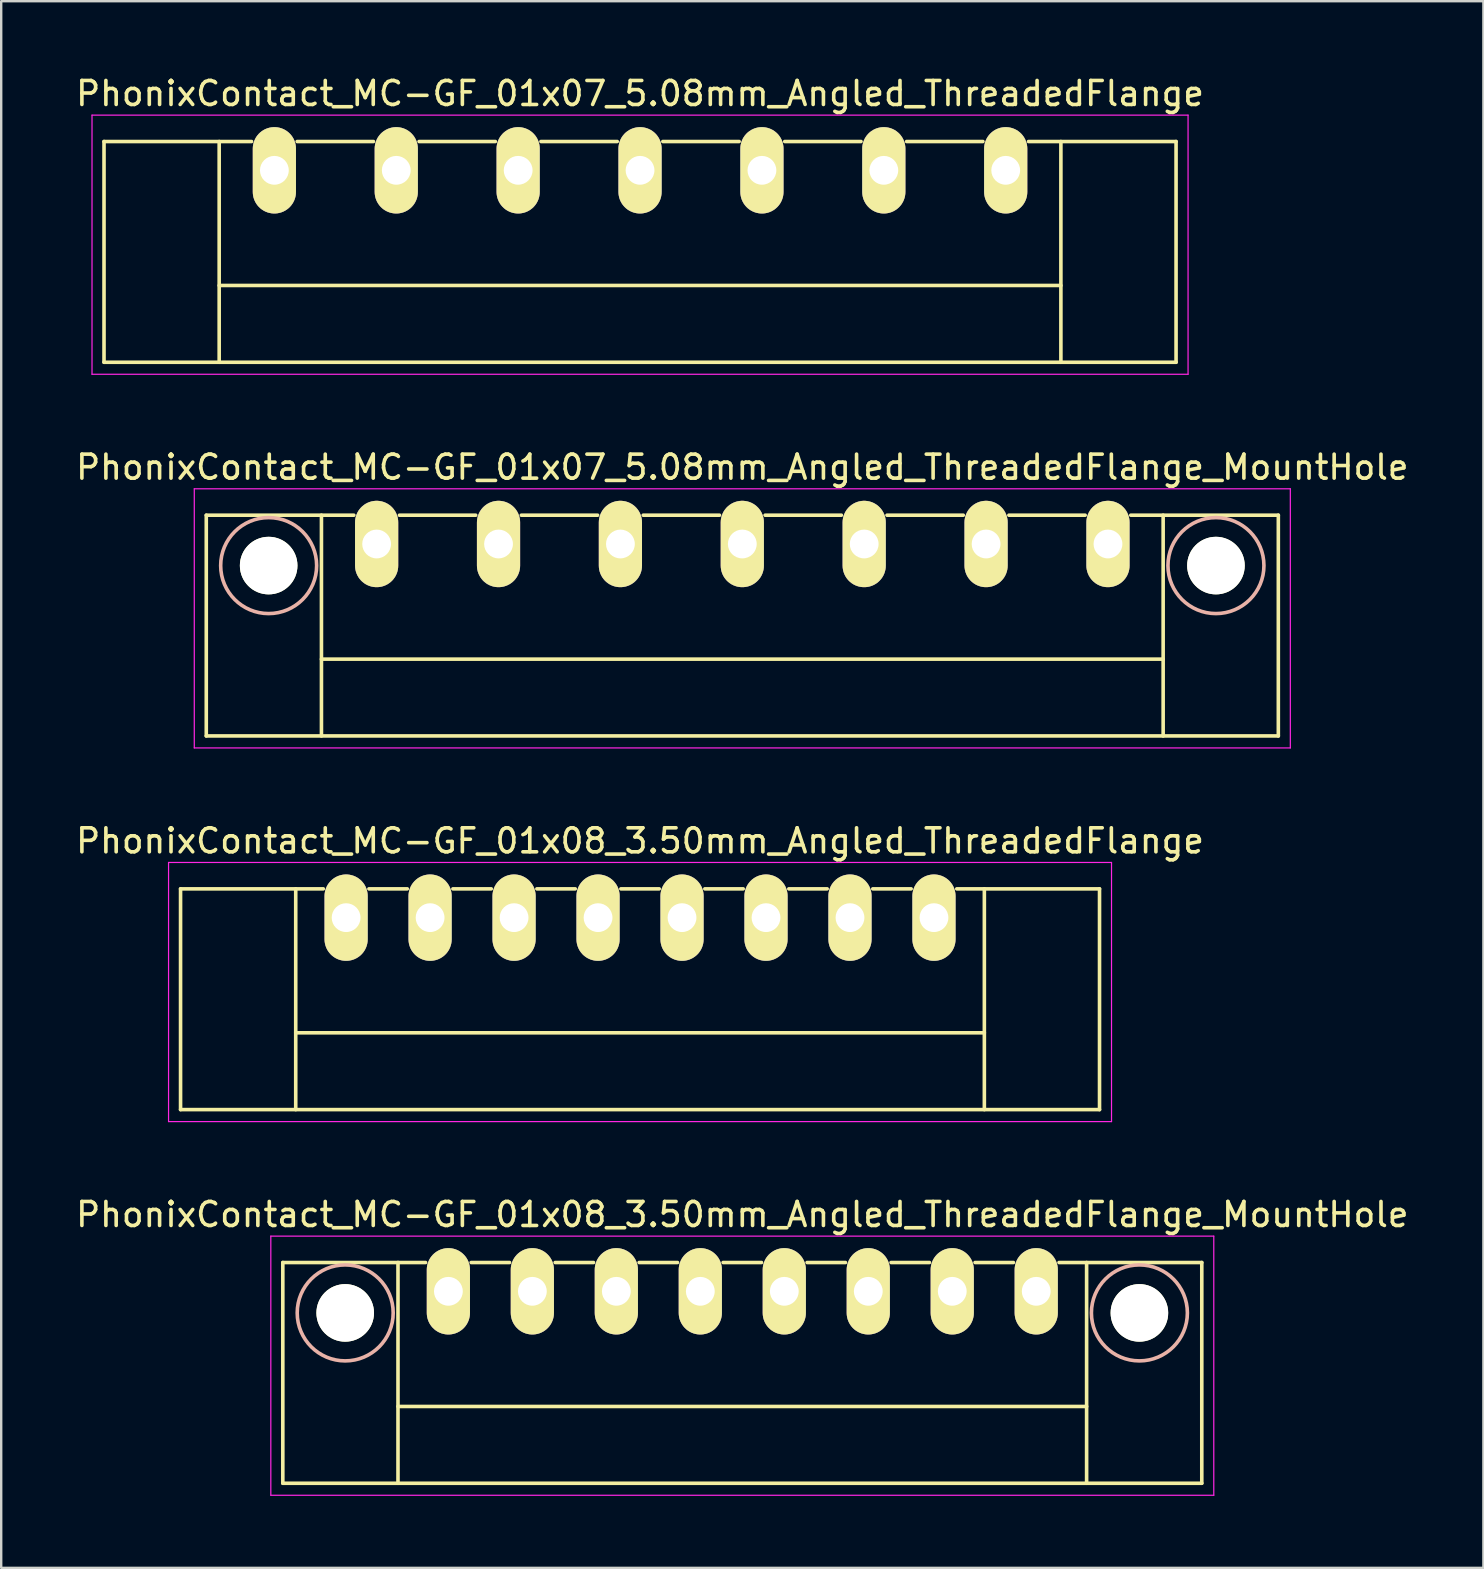
<source format=kicad_pcb>
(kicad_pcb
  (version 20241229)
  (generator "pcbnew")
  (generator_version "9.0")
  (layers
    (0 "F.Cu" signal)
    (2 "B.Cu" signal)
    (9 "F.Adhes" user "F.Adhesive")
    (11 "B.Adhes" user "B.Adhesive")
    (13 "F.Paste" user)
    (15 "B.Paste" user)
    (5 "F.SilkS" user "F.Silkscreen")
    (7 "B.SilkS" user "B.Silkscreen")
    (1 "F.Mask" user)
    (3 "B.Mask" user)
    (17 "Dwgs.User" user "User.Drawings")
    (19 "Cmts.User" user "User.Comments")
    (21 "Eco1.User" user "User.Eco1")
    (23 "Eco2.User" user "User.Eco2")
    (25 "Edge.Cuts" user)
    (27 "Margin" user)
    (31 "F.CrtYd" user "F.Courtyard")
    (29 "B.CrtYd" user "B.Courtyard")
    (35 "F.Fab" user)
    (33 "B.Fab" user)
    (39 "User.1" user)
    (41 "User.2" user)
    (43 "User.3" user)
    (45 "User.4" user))
  (footprint "PhonixContact_MC-GF_01x08_3.50mm_Angled_ThreadedFlange"
    (layer "F.Cu")
    (at 11.375 35.195)
    (property "Reference" "PhonixContact_MC-GF_01x08_3.50mm_Angled_ThreadedFlange" (at 12.25 -3.2 0) (layer "F.SilkS") (effects (font (size 1 1) (thickness 0.15))))
    (attr through_hole)
    (fp_line (start -6.9 -1.2) (end -6.9 8) (stroke (width 0.15) (type solid)) (layer "F.SilkS"))
    (fp_line (start -6.9 -1.2) (end -0.95 -1.2) (stroke (width 0.15) (type solid)) (layer "F.SilkS"))
    (fp_line (start -6.9 8) (end 31.4 8) (stroke (width 0.15) (type solid)) (layer "F.SilkS"))
    (fp_line (start -2.1 -1.2) (end -2.1 8) (stroke (width 0.15) (type solid)) (layer "F.SilkS"))
    (fp_line (start -2.1 4.8) (end 26.6 4.8) (stroke (width 0.15) (type solid)) (layer "F.SilkS"))
    (fp_line (start 0.95 -1.2) (end 2.55 -1.2) (stroke (width 0.15) (type solid)) (layer "F.SilkS"))
    (fp_line (start 4.45 -1.2) (end 6.05 -1.2) (stroke (width 0.15) (type solid)) (layer "F.SilkS"))
    (fp_line (start 7.95 -1.2) (end 9.55 -1.2) (stroke (width 0.15) (type solid)) (layer "F.SilkS"))
    (fp_line (start 11.45 -1.2) (end 13.05 -1.2) (stroke (width 0.15) (type solid)) (layer "F.SilkS"))
    (fp_line (start 14.95 -1.2) (end 16.55 -1.2) (stroke (width 0.15) (type solid)) (layer "F.SilkS"))
    (fp_line (start 18.45 -1.2) (end 20.05 -1.2) (stroke (width 0.15) (type solid)) (layer "F.SilkS"))
    (fp_line (start 21.95 -1.2) (end 23.55 -1.2) (stroke (width 0.15) (type solid)) (layer "F.SilkS"))
    (fp_line (start 26.6 -1.2) (end 26.6 8) (stroke (width 0.15) (type solid)) (layer "F.SilkS"))
    (fp_line (start 31.4 -1.2) (end 25.45 -1.2) (stroke (width 0.15) (type solid)) (layer "F.SilkS"))
    (fp_line (start 31.4 8) (end 31.4 -1.2) (stroke (width 0.15) (type solid)) (layer "F.SilkS"))
    (fp_line (start -7.4 -2.3) (end -7.4 8.5) (stroke (width 0.05) (type solid)) (layer "F.CrtYd"))
    (fp_line (start -7.4 8.5) (end 31.9 8.5) (stroke (width 0.05) (type solid)) (layer "F.CrtYd"))
    (fp_line (start 31.9 -2.3) (end -7.4 -2.3) (stroke (width 0.05) (type solid)) (layer "F.CrtYd"))
    (fp_line (start 31.9 8.5) (end 31.9 -2.3) (stroke (width 0.05) (type solid)) (layer "F.CrtYd"))
    (pad "1" thru_hole oval (at 0 0) (size 1.8 3.6) (drill 1.2) (layers "*.Cu" "*.Mask" "F.SilkS"))
    (pad "2" thru_hole oval (at 3.5 0) (size 1.8 3.6) (drill 1.2) (layers "*.Cu" "*.Mask" "F.SilkS"))
    (pad "3" thru_hole oval (at 7 0) (size 1.8 3.6) (drill 1.2) (layers "*.Cu" "*.Mask" "F.SilkS"))
    (pad "4" thru_hole oval (at 10.5 0) (size 1.8 3.6) (drill 1.2) (layers "*.Cu" "*.Mask" "F.SilkS"))
    (pad "5" thru_hole oval (at 14 0) (size 1.8 3.6) (drill 1.2) (layers "*.Cu" "*.Mask" "F.SilkS"))
    (pad "6" thru_hole oval (at 17.5 0) (size 1.8 3.6) (drill 1.2) (layers "*.Cu" "*.Mask" "F.SilkS"))
    (pad "7" thru_hole oval (at 21 0) (size 1.8 3.6) (drill 1.2) (layers "*.Cu" "*.Mask" "F.SilkS"))
    (pad "8" thru_hole oval (at 24.5 0) (size 1.8 3.6) (drill 1.2) (layers "*.Cu" "*.Mask" "F.SilkS")))
  (footprint "PhonixContact_MC-GF_01x07_5.08mm_Angled_ThreadedFlange_MountHole"
    (layer "F.Cu")
    (at 12.647 19.622)
    (property "Reference" "PhonixContact_MC-GF_01x07_5.08mm_Angled_ThreadedFlange_MountHole" (at 15.24 -3.2 0) (layer "F.SilkS") (effects (font (size 1 1) (thickness 0.15))))
    (attr through_hole)
    (fp_line (start -7.1 -1.2) (end -7.1 8) (stroke (width 0.15) (type solid)) (layer "F.SilkS"))
    (fp_line (start -7.1 -1.2) (end -0.95 -1.2) (stroke (width 0.15) (type solid)) (layer "F.SilkS"))
    (fp_line (start -7.1 8) (end 37.58 8) (stroke (width 0.15) (type solid)) (layer "F.SilkS"))
    (fp_line (start -2.3 -1.2) (end -2.3 8) (stroke (width 0.15) (type solid)) (layer "F.SilkS"))
    (fp_line (start -2.3 4.8) (end 32.78 4.8) (stroke (width 0.15) (type solid)) (layer "F.SilkS"))
    (fp_line (start 0.95 -1.2) (end 4.13 -1.2) (stroke (width 0.15) (type solid)) (layer "F.SilkS"))
    (fp_line (start 6.03 -1.2) (end 9.21 -1.2) (stroke (width 0.15) (type solid)) (layer "F.SilkS"))
    (fp_line (start 11.11 -1.2) (end 14.29 -1.2) (stroke (width 0.15) (type solid)) (layer "F.SilkS"))
    (fp_line (start 16.19 -1.2) (end 19.37 -1.2) (stroke (width 0.15) (type solid)) (layer "F.SilkS"))
    (fp_line (start 21.27 -1.2) (end 24.45 -1.2) (stroke (width 0.15) (type solid)) (layer "F.SilkS"))
    (fp_line (start 26.35 -1.2) (end 29.53 -1.2) (stroke (width 0.15) (type solid)) (layer "F.SilkS"))
    (fp_line (start 32.78 -1.2) (end 32.78 8) (stroke (width 0.15) (type solid)) (layer "F.SilkS"))
    (fp_line (start 37.58 -1.2) (end 31.43 -1.2) (stroke (width 0.15) (type solid)) (layer "F.SilkS"))
    (fp_line (start 37.58 8) (end 37.58 -1.2) (stroke (width 0.15) (type solid)) (layer "F.SilkS"))
    (fp_circle (center -4.5 0.9) (end -2.5 0.9) (stroke (width 0.15) (type solid)) (fill no) (layer "B.SilkS"))
    (fp_circle (center 34.98 0.9) (end 36.98 0.9) (stroke (width 0.15) (type solid)) (fill no) (layer "B.SilkS"))
    (fp_line (start -7.6 -2.3) (end -7.6 8.5) (stroke (width 0.05) (type solid)) (layer "F.CrtYd"))
    (fp_line (start -7.6 8.5) (end 38.08 8.5) (stroke (width 0.05) (type solid)) (layer "F.CrtYd"))
    (fp_line (start 38.08 -2.3) (end -7.6 -2.3) (stroke (width 0.05) (type solid)) (layer "F.CrtYd"))
    (fp_line (start 38.08 8.5) (end 38.08 -2.3) (stroke (width 0.05) (type solid)) (layer "F.CrtYd"))
    (pad "" np_thru_hole circle (at -4.5 0.9) (size 2.4 2.4) (drill 2.4) (layers "*.Cu" "*.Mask" "F.SilkS"))
    (pad "" np_thru_hole circle (at 34.98 0.9) (size 2.4 2.4) (drill 2.4) (layers "*.Cu" "*.Mask" "F.SilkS"))
    (pad "1" thru_hole oval (at 0 0) (size 1.8 3.6) (drill 1.2) (layers "*.Cu" "*.Mask" "F.SilkS"))
    (pad "2" thru_hole oval (at 5.08 0) (size 1.8 3.6) (drill 1.2) (layers "*.Cu" "*.Mask" "F.SilkS"))
    (pad "3" thru_hole oval (at 10.16 0) (size 1.8 3.6) (drill 1.2) (layers "*.Cu" "*.Mask" "F.SilkS"))
    (pad "4" thru_hole oval (at 15.24 0) (size 1.8 3.6) (drill 1.2) (layers "*.Cu" "*.Mask" "F.SilkS"))
    (pad "5" thru_hole oval (at 20.32 0) (size 1.8 3.6) (drill 1.2) (layers "*.Cu" "*.Mask" "F.SilkS"))
    (pad "6" thru_hole oval (at 25.4 0) (size 1.8 3.6) (drill 1.2) (layers "*.Cu" "*.Mask" "F.SilkS"))
    (pad "7" thru_hole oval (at 30.48 0) (size 1.8 3.6) (drill 1.2) (layers "*.Cu" "*.Mask" "F.SilkS")))
  (footprint "PhonixContact_MC-GF_01x07_5.08mm_Angled_ThreadedFlange"
    (layer "F.Cu")
    (at 8.385 4.048)
    (property "Reference" "PhonixContact_MC-GF_01x07_5.08mm_Angled_ThreadedFlange" (at 15.24 -3.2 0) (layer "F.SilkS") (effects (font (size 1 1) (thickness 0.15))))
    (attr through_hole)
    (fp_line (start -7.1 -1.2) (end -7.1 8) (stroke (width 0.15) (type solid)) (layer "F.SilkS"))
    (fp_line (start -7.1 -1.2) (end -0.95 -1.2) (stroke (width 0.15) (type solid)) (layer "F.SilkS"))
    (fp_line (start -7.1 8) (end 37.58 8) (stroke (width 0.15) (type solid)) (layer "F.SilkS"))
    (fp_line (start -2.3 -1.2) (end -2.3 8) (stroke (width 0.15) (type solid)) (layer "F.SilkS"))
    (fp_line (start -2.3 4.8) (end 32.78 4.8) (stroke (width 0.15) (type solid)) (layer "F.SilkS"))
    (fp_line (start 0.95 -1.2) (end 4.13 -1.2) (stroke (width 0.15) (type solid)) (layer "F.SilkS"))
    (fp_line (start 6.03 -1.2) (end 9.21 -1.2) (stroke (width 0.15) (type solid)) (layer "F.SilkS"))
    (fp_line (start 11.11 -1.2) (end 14.29 -1.2) (stroke (width 0.15) (type solid)) (layer "F.SilkS"))
    (fp_line (start 16.19 -1.2) (end 19.37 -1.2) (stroke (width 0.15) (type solid)) (layer "F.SilkS"))
    (fp_line (start 21.27 -1.2) (end 24.45 -1.2) (stroke (width 0.15) (type solid)) (layer "F.SilkS"))
    (fp_line (start 26.35 -1.2) (end 29.53 -1.2) (stroke (width 0.15) (type solid)) (layer "F.SilkS"))
    (fp_line (start 32.78 -1.2) (end 32.78 8) (stroke (width 0.15) (type solid)) (layer "F.SilkS"))
    (fp_line (start 37.58 -1.2) (end 31.43 -1.2) (stroke (width 0.15) (type solid)) (layer "F.SilkS"))
    (fp_line (start 37.58 8) (end 37.58 -1.2) (stroke (width 0.15) (type solid)) (layer "F.SilkS"))
    (fp_line (start -7.6 -2.3) (end -7.6 8.5) (stroke (width 0.05) (type solid)) (layer "F.CrtYd"))
    (fp_line (start -7.6 8.5) (end 38.08 8.5) (stroke (width 0.05) (type solid)) (layer "F.CrtYd"))
    (fp_line (start 38.08 -2.3) (end -7.6 -2.3) (stroke (width 0.05) (type solid)) (layer "F.CrtYd"))
    (fp_line (start 38.08 8.5) (end 38.08 -2.3) (stroke (width 0.05) (type solid)) (layer "F.CrtYd"))
    (pad "1" thru_hole oval (at 0 0) (size 1.8 3.6) (drill 1.2) (layers "*.Cu" "*.Mask" "F.SilkS"))
    (pad "2" thru_hole oval (at 5.08 0) (size 1.8 3.6) (drill 1.2) (layers "*.Cu" "*.Mask" "F.SilkS"))
    (pad "3" thru_hole oval (at 10.16 0) (size 1.8 3.6) (drill 1.2) (layers "*.Cu" "*.Mask" "F.SilkS"))
    (pad "4" thru_hole oval (at 15.24 0) (size 1.8 3.6) (drill 1.2) (layers "*.Cu" "*.Mask" "F.SilkS"))
    (pad "5" thru_hole oval (at 20.32 0) (size 1.8 3.6) (drill 1.2) (layers "*.Cu" "*.Mask" "F.SilkS"))
    (pad "6" thru_hole oval (at 25.4 0) (size 1.8 3.6) (drill 1.2) (layers "*.Cu" "*.Mask" "F.SilkS"))
    (pad "7" thru_hole oval (at 30.48 0) (size 1.8 3.6) (drill 1.2) (layers "*.Cu" "*.Mask" "F.SilkS")))
  (footprint "PhonixContact_MC-GF_01x08_3.50mm_Angled_ThreadedFlange_MountHole"
    (layer "F.Cu")
    (at 15.637 50.768)
    (property "Reference" "PhonixContact_MC-GF_01x08_3.50mm_Angled_ThreadedFlange_MountHole" (at 12.25 -3.2 0) (layer "F.SilkS") (effects (font (size 1 1) (thickness 0.15))))
    (attr through_hole)
    (fp_line (start -6.9 -1.2) (end -6.9 8) (stroke (width 0.15) (type solid)) (layer "F.SilkS"))
    (fp_line (start -6.9 -1.2) (end -0.95 -1.2) (stroke (width 0.15) (type solid)) (layer "F.SilkS"))
    (fp_line (start -6.9 8) (end 31.4 8) (stroke (width 0.15) (type solid)) (layer "F.SilkS"))
    (fp_line (start -2.1 -1.2) (end -2.1 8) (stroke (width 0.15) (type solid)) (layer "F.SilkS"))
    (fp_line (start -2.1 4.8) (end 26.6 4.8) (stroke (width 0.15) (type solid)) (layer "F.SilkS"))
    (fp_line (start 0.95 -1.2) (end 2.55 -1.2) (stroke (width 0.15) (type solid)) (layer "F.SilkS"))
    (fp_line (start 4.45 -1.2) (end 6.05 -1.2) (stroke (width 0.15) (type solid)) (layer "F.SilkS"))
    (fp_line (start 7.95 -1.2) (end 9.55 -1.2) (stroke (width 0.15) (type solid)) (layer "F.SilkS"))
    (fp_line (start 11.45 -1.2) (end 13.05 -1.2) (stroke (width 0.15) (type solid)) (layer "F.SilkS"))
    (fp_line (start 14.95 -1.2) (end 16.55 -1.2) (stroke (width 0.15) (type solid)) (layer "F.SilkS"))
    (fp_line (start 18.45 -1.2) (end 20.05 -1.2) (stroke (width 0.15) (type solid)) (layer "F.SilkS"))
    (fp_line (start 21.95 -1.2) (end 23.55 -1.2) (stroke (width 0.15) (type solid)) (layer "F.SilkS"))
    (fp_line (start 26.6 -1.2) (end 26.6 8) (stroke (width 0.15) (type solid)) (layer "F.SilkS"))
    (fp_line (start 31.4 -1.2) (end 25.45 -1.2) (stroke (width 0.15) (type solid)) (layer "F.SilkS"))
    (fp_line (start 31.4 8) (end 31.4 -1.2) (stroke (width 0.15) (type solid)) (layer "F.SilkS"))
    (fp_circle (center -4.3 0.9) (end -2.3 0.9) (stroke (width 0.15) (type solid)) (fill no) (layer "B.SilkS"))
    (fp_circle (center 28.8 0.9) (end 30.8 0.9) (stroke (width 0.15) (type solid)) (fill no) (layer "B.SilkS"))
    (fp_line (start -7.4 -2.3) (end -7.4 8.5) (stroke (width 0.05) (type solid)) (layer "F.CrtYd"))
    (fp_line (start -7.4 8.5) (end 31.9 8.5) (stroke (width 0.05) (type solid)) (layer "F.CrtYd"))
    (fp_line (start 31.9 -2.3) (end -7.4 -2.3) (stroke (width 0.05) (type solid)) (layer "F.CrtYd"))
    (fp_line (start 31.9 8.5) (end 31.9 -2.3) (stroke (width 0.05) (type solid)) (layer "F.CrtYd"))
    (pad "" np_thru_hole circle (at -4.3 0.9) (size 2.4 2.4) (drill 2.4) (layers "*.Cu" "*.Mask" "F.SilkS"))
    (pad "" np_thru_hole circle (at 28.8 0.9) (size 2.4 2.4) (drill 2.4) (layers "*.Cu" "*.Mask" "F.SilkS"))
    (pad "1" thru_hole oval (at 0 0) (size 1.8 3.6) (drill 1.2) (layers "*.Cu" "*.Mask" "F.SilkS"))
    (pad "2" thru_hole oval (at 3.5 0) (size 1.8 3.6) (drill 1.2) (layers "*.Cu" "*.Mask" "F.SilkS"))
    (pad "3" thru_hole oval (at 7 0) (size 1.8 3.6) (drill 1.2) (layers "*.Cu" "*.Mask" "F.SilkS"))
    (pad "4" thru_hole oval (at 10.5 0) (size 1.8 3.6) (drill 1.2) (layers "*.Cu" "*.Mask" "F.SilkS"))
    (pad "5" thru_hole oval (at 14 0) (size 1.8 3.6) (drill 1.2) (layers "*.Cu" "*.Mask" "F.SilkS"))
    (pad "6" thru_hole oval (at 17.5 0) (size 1.8 3.6) (drill 1.2) (layers "*.Cu" "*.Mask" "F.SilkS"))
    (pad "7" thru_hole oval (at 21 0) (size 1.8 3.6) (drill 1.2) (layers "*.Cu" "*.Mask" "F.SilkS"))
    (pad "8" thru_hole oval (at 24.5 0) (size 1.8 3.6) (drill 1.2) (layers "*.Cu" "*.Mask" "F.SilkS")))
  (gr_rect
    (start -3 -3)
    (end 58.774 62.293)
    (stroke (width 0.1) (type default))
    (fill no)
    (layer "Edge.Cuts")))
</source>
